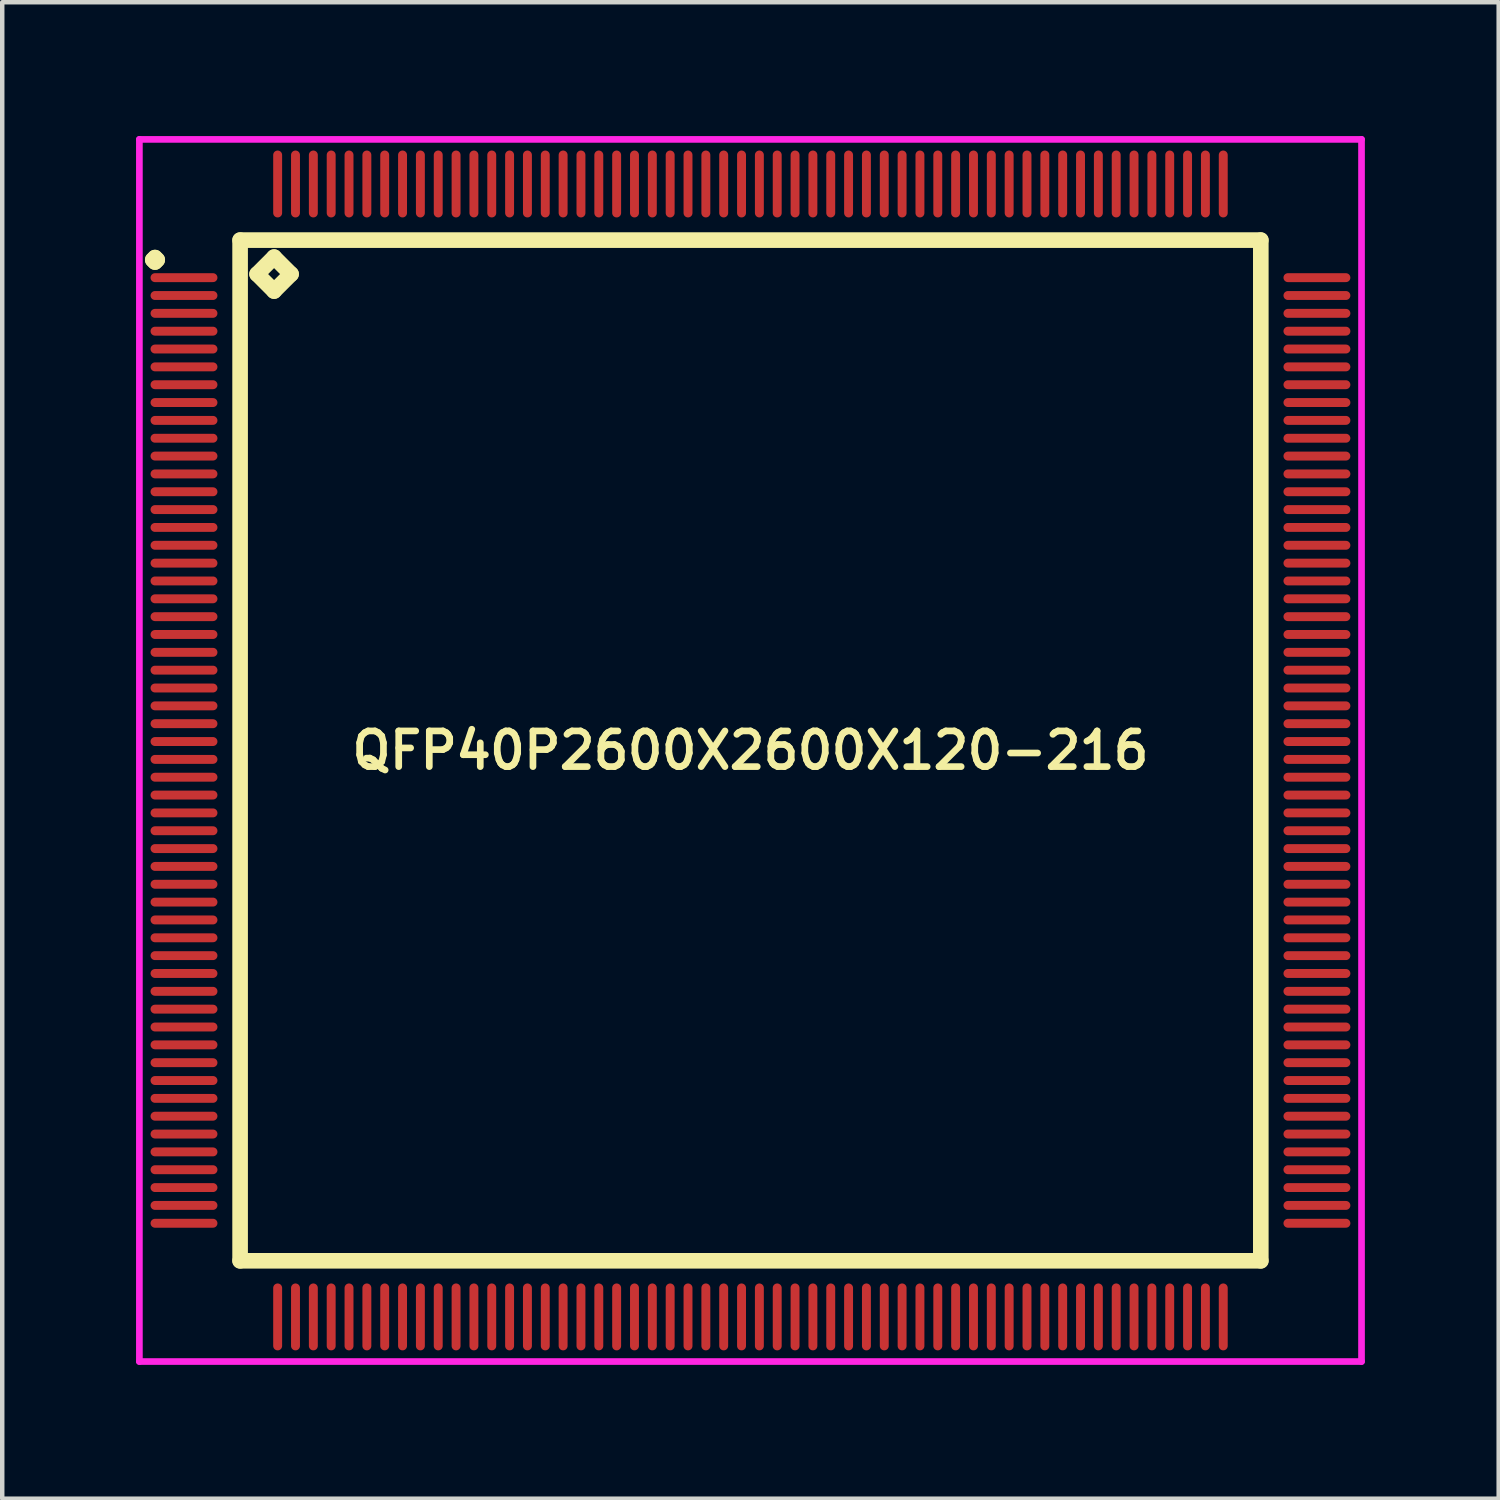
<source format=kicad_pcb>
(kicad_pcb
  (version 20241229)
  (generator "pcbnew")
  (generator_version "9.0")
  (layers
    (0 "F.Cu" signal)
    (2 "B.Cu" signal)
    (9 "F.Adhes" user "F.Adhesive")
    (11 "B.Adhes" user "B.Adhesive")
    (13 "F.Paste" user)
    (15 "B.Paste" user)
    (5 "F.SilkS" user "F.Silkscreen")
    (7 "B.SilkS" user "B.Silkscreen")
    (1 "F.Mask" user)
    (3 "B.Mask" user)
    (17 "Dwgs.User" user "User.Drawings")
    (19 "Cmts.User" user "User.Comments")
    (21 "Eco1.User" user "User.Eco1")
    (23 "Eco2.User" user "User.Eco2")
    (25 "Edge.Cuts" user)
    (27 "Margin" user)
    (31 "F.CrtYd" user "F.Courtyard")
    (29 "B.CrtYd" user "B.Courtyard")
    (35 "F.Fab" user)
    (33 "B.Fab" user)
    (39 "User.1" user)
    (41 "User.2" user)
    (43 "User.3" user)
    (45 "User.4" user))
  (footprint "QFP40P2600X2600X120-216"
    (layer "F.Cu")
    (at 13.775 13.775)
    (property "Reference" "QFP40P2600X2600X120-216" (at 0 0 0) (layer "F.SilkS") (effects (font (size 0.8 0.8) (thickness 0.15))))
    (attr through_hole)
    (fp_line (start -13.4 -11) (end -13.35 -11.05) (stroke (width 0.35) (type solid)) (layer "F.SilkS"))
    (fp_line (start -13.35 -11.05) (end -13.3 -11) (stroke (width 0.35) (type solid)) (layer "F.SilkS"))
    (fp_line (start -13.35 -10.95) (end -13.4 -11) (stroke (width 0.35) (type solid)) (layer "F.SilkS"))
    (fp_line (start -13.3 -11) (end -13.35 -10.95) (stroke (width 0.35) (type solid)) (layer "F.SilkS"))
    (fp_line (start -11.442 -11.442) (end -11.442 11.442) (stroke (width 0.35) (type solid)) (layer "F.SilkS"))
    (fp_line (start -11.442 11.442) (end 11.442 11.442) (stroke (width 0.35) (type solid)) (layer "F.SilkS"))
    (fp_line (start -11.061 -10.68) (end -10.68 -11.061) (stroke (width 0.35) (type solid)) (layer "F.SilkS"))
    (fp_line (start -10.68 -11.061) (end -10.299 -10.68) (stroke (width 0.35) (type solid)) (layer "F.SilkS"))
    (fp_line (start -10.68 -10.299) (end -11.061 -10.68) (stroke (width 0.35) (type solid)) (layer "F.SilkS"))
    (fp_line (start -10.299 -10.68) (end -10.68 -10.299) (stroke (width 0.35) (type solid)) (layer "F.SilkS"))
    (fp_line (start 11.442 -11.442) (end -11.442 -11.442) (stroke (width 0.35) (type solid)) (layer "F.SilkS"))
    (fp_line (start 11.442 11.442) (end 11.442 -11.442) (stroke (width 0.35) (type solid)) (layer "F.SilkS"))
    (fp_line (start -13.7 -13.7) (end 13.7 -13.7) (stroke (width 0.15) (type solid)) (layer "F.CrtYd"))
    (fp_line (start -13.7 13.7) (end -13.7 -13.7) (stroke (width 0.15) (type solid)) (layer "F.CrtYd"))
    (fp_line (start 13.7 -13.7) (end 13.7 13.7) (stroke (width 0.15) (type solid)) (layer "F.CrtYd"))
    (fp_line (start 13.7 13.7) (end -13.7 13.7) (stroke (width 0.15) (type solid)) (layer "F.CrtYd"))
    (pad "1" smd oval (at -12.7 -10.6) (size 1.5 0.2) (layers "F.Cu" "F.Mask" "F.Paste"))
    (pad "2" smd oval (at -12.7 -10.2) (size 1.5 0.2) (layers "F.Cu" "F.Mask" "F.Paste"))
    (pad "3" smd oval (at -12.7 -9.8) (size 1.5 0.2) (layers "F.Cu" "F.Mask" "F.Paste"))
    (pad "4" smd oval (at -12.7 -9.4) (size 1.5 0.2) (layers "F.Cu" "F.Mask" "F.Paste"))
    (pad "5" smd oval (at -12.7 -9) (size 1.5 0.2) (layers "F.Cu" "F.Mask" "F.Paste"))
    (pad "6" smd oval (at -12.7 -8.6) (size 1.5 0.2) (layers "F.Cu" "F.Mask" "F.Paste"))
    (pad "7" smd oval (at -12.7 -8.2) (size 1.5 0.2) (layers "F.Cu" "F.Mask" "F.Paste"))
    (pad "8" smd oval (at -12.7 -7.8) (size 1.5 0.2) (layers "F.Cu" "F.Mask" "F.Paste"))
    (pad "9" smd oval (at -12.7 -7.4) (size 1.5 0.2) (layers "F.Cu" "F.Mask" "F.Paste"))
    (pad "10" smd oval (at -12.7 -7) (size 1.5 0.2) (layers "F.Cu" "F.Mask" "F.Paste"))
    (pad "11" smd oval (at -12.7 -6.6) (size 1.5 0.2) (layers "F.Cu" "F.Mask" "F.Paste"))
    (pad "12" smd oval (at -12.7 -6.2) (size 1.5 0.2) (layers "F.Cu" "F.Mask" "F.Paste"))
    (pad "13" smd oval (at -12.7 -5.8) (size 1.5 0.2) (layers "F.Cu" "F.Mask" "F.Paste"))
    (pad "14" smd oval (at -12.7 -5.4) (size 1.5 0.2) (layers "F.Cu" "F.Mask" "F.Paste"))
    (pad "15" smd oval (at -12.7 -5) (size 1.5 0.2) (layers "F.Cu" "F.Mask" "F.Paste"))
    (pad "16" smd oval (at -12.7 -4.6) (size 1.5 0.2) (layers "F.Cu" "F.Mask" "F.Paste"))
    (pad "17" smd oval (at -12.7 -4.2) (size 1.5 0.2) (layers "F.Cu" "F.Mask" "F.Paste"))
    (pad "18" smd oval (at -12.7 -3.8) (size 1.5 0.2) (layers "F.Cu" "F.Mask" "F.Paste"))
    (pad "19" smd oval (at -12.7 -3.4) (size 1.5 0.2) (layers "F.Cu" "F.Mask" "F.Paste"))
    (pad "20" smd oval (at -12.7 -3) (size 1.5 0.2) (layers "F.Cu" "F.Mask" "F.Paste"))
    (pad "21" smd oval (at -12.7 -2.6) (size 1.5 0.2) (layers "F.Cu" "F.Mask" "F.Paste"))
    (pad "22" smd oval (at -12.7 -2.2) (size 1.5 0.2) (layers "F.Cu" "F.Mask" "F.Paste"))
    (pad "23" smd oval (at -12.7 -1.8) (size 1.5 0.2) (layers "F.Cu" "F.Mask" "F.Paste"))
    (pad "24" smd oval (at -12.7 -1.4) (size 1.5 0.2) (layers "F.Cu" "F.Mask" "F.Paste"))
    (pad "25" smd oval (at -12.7 -1) (size 1.5 0.2) (layers "F.Cu" "F.Mask" "F.Paste"))
    (pad "26" smd oval (at -12.7 -0.6) (size 1.5 0.2) (layers "F.Cu" "F.Mask" "F.Paste"))
    (pad "27" smd oval (at -12.7 -0.2) (size 1.5 0.2) (layers "F.Cu" "F.Mask" "F.Paste"))
    (pad "28" smd oval (at -12.7 0.2) (size 1.5 0.2) (layers "F.Cu" "F.Mask" "F.Paste"))
    (pad "29" smd oval (at -12.7 0.6) (size 1.5 0.2) (layers "F.Cu" "F.Mask" "F.Paste"))
    (pad "30" smd oval (at -12.7 1) (size 1.5 0.2) (layers "F.Cu" "F.Mask" "F.Paste"))
    (pad "31" smd oval (at -12.7 1.4) (size 1.5 0.2) (layers "F.Cu" "F.Mask" "F.Paste"))
    (pad "32" smd oval (at -12.7 1.8) (size 1.5 0.2) (layers "F.Cu" "F.Mask" "F.Paste"))
    (pad "33" smd oval (at -12.7 2.2) (size 1.5 0.2) (layers "F.Cu" "F.Mask" "F.Paste"))
    (pad "34" smd oval (at -12.7 2.6) (size 1.5 0.2) (layers "F.Cu" "F.Mask" "F.Paste"))
    (pad "35" smd oval (at -12.7 3) (size 1.5 0.2) (layers "F.Cu" "F.Mask" "F.Paste"))
    (pad "36" smd oval (at -12.7 3.4) (size 1.5 0.2) (layers "F.Cu" "F.Mask" "F.Paste"))
    (pad "37" smd oval (at -12.7 3.8) (size 1.5 0.2) (layers "F.Cu" "F.Mask" "F.Paste"))
    (pad "38" smd oval (at -12.7 4.2) (size 1.5 0.2) (layers "F.Cu" "F.Mask" "F.Paste"))
    (pad "39" smd oval (at -12.7 4.6) (size 1.5 0.2) (layers "F.Cu" "F.Mask" "F.Paste"))
    (pad "40" smd oval (at -12.7 5) (size 1.5 0.2) (layers "F.Cu" "F.Mask" "F.Paste"))
    (pad "41" smd oval (at -12.7 5.4) (size 1.5 0.2) (layers "F.Cu" "F.Mask" "F.Paste"))
    (pad "42" smd oval (at -12.7 5.8) (size 1.5 0.2) (layers "F.Cu" "F.Mask" "F.Paste"))
    (pad "43" smd oval (at -12.7 6.2) (size 1.5 0.2) (layers "F.Cu" "F.Mask" "F.Paste"))
    (pad "44" smd oval (at -12.7 6.6) (size 1.5 0.2) (layers "F.Cu" "F.Mask" "F.Paste"))
    (pad "45" smd oval (at -12.7 7) (size 1.5 0.2) (layers "F.Cu" "F.Mask" "F.Paste"))
    (pad "46" smd oval (at -12.7 7.4) (size 1.5 0.2) (layers "F.Cu" "F.Mask" "F.Paste"))
    (pad "47" smd oval (at -12.7 7.8) (size 1.5 0.2) (layers "F.Cu" "F.Mask" "F.Paste"))
    (pad "48" smd oval (at -12.7 8.2) (size 1.5 0.2) (layers "F.Cu" "F.Mask" "F.Paste"))
    (pad "49" smd oval (at -12.7 8.6) (size 1.5 0.2) (layers "F.Cu" "F.Mask" "F.Paste"))
    (pad "50" smd oval (at -12.7 9) (size 1.5 0.2) (layers "F.Cu" "F.Mask" "F.Paste"))
    (pad "51" smd oval (at -12.7 9.4) (size 1.5 0.2) (layers "F.Cu" "F.Mask" "F.Paste"))
    (pad "52" smd oval (at -12.7 9.8) (size 1.5 0.2) (layers "F.Cu" "F.Mask" "F.Paste"))
    (pad "53" smd oval (at -12.7 10.2) (size 1.5 0.2) (layers "F.Cu" "F.Mask" "F.Paste"))
    (pad "54" smd oval (at -12.7 10.6) (size 1.5 0.2) (layers "F.Cu" "F.Mask" "F.Paste"))
    (pad "55" smd oval (at -10.6 12.7) (size 0.2 1.5) (layers "F.Cu" "F.Mask" "F.Paste"))
    (pad "56" smd oval (at -10.2 12.7) (size 0.2 1.5) (layers "F.Cu" "F.Mask" "F.Paste"))
    (pad "57" smd oval (at -9.8 12.7) (size 0.2 1.5) (layers "F.Cu" "F.Mask" "F.Paste"))
    (pad "58" smd oval (at -9.4 12.7) (size 0.2 1.5) (layers "F.Cu" "F.Mask" "F.Paste"))
    (pad "59" smd oval (at -9 12.7) (size 0.2 1.5) (layers "F.Cu" "F.Mask" "F.Paste"))
    (pad "60" smd oval (at -8.6 12.7) (size 0.2 1.5) (layers "F.Cu" "F.Mask" "F.Paste"))
    (pad "61" smd oval (at -8.2 12.7) (size 0.2 1.5) (layers "F.Cu" "F.Mask" "F.Paste"))
    (pad "62" smd oval (at -7.8 12.7) (size 0.2 1.5) (layers "F.Cu" "F.Mask" "F.Paste"))
    (pad "63" smd oval (at -7.4 12.7) (size 0.2 1.5) (layers "F.Cu" "F.Mask" "F.Paste"))
    (pad "64" smd oval (at -7 12.7) (size 0.2 1.5) (layers "F.Cu" "F.Mask" "F.Paste"))
    (pad "65" smd oval (at -6.6 12.7) (size 0.2 1.5) (layers "F.Cu" "F.Mask" "F.Paste"))
    (pad "66" smd oval (at -6.2 12.7) (size 0.2 1.5) (layers "F.Cu" "F.Mask" "F.Paste"))
    (pad "67" smd oval (at -5.8 12.7) (size 0.2 1.5) (layers "F.Cu" "F.Mask" "F.Paste"))
    (pad "68" smd oval (at -5.4 12.7) (size 0.2 1.5) (layers "F.Cu" "F.Mask" "F.Paste"))
    (pad "69" smd oval (at -5 12.7) (size 0.2 1.5) (layers "F.Cu" "F.Mask" "F.Paste"))
    (pad "70" smd oval (at -4.6 12.7) (size 0.2 1.5) (layers "F.Cu" "F.Mask" "F.Paste"))
    (pad "71" smd oval (at -4.2 12.7) (size 0.2 1.5) (layers "F.Cu" "F.Mask" "F.Paste"))
    (pad "72" smd oval (at -3.8 12.7) (size 0.2 1.5) (layers "F.Cu" "F.Mask" "F.Paste"))
    (pad "73" smd oval (at -3.4 12.7) (size 0.2 1.5) (layers "F.Cu" "F.Mask" "F.Paste"))
    (pad "74" smd oval (at -3 12.7) (size 0.2 1.5) (layers "F.Cu" "F.Mask" "F.Paste"))
    (pad "75" smd oval (at -2.6 12.7) (size 0.2 1.5) (layers "F.Cu" "F.Mask" "F.Paste"))
    (pad "76" smd oval (at -2.2 12.7) (size 0.2 1.5) (layers "F.Cu" "F.Mask" "F.Paste"))
    (pad "77" smd oval (at -1.8 12.7) (size 0.2 1.5) (layers "F.Cu" "F.Mask" "F.Paste"))
    (pad "78" smd oval (at -1.4 12.7) (size 0.2 1.5) (layers "F.Cu" "F.Mask" "F.Paste"))
    (pad "79" smd oval (at -1 12.7) (size 0.2 1.5) (layers "F.Cu" "F.Mask" "F.Paste"))
    (pad "80" smd oval (at -0.6 12.7) (size 0.2 1.5) (layers "F.Cu" "F.Mask" "F.Paste"))
    (pad "81" smd oval (at -0.2 12.7) (size 0.2 1.5) (layers "F.Cu" "F.Mask" "F.Paste"))
    (pad "82" smd oval (at 0.2 12.7) (size 0.2 1.5) (layers "F.Cu" "F.Mask" "F.Paste"))
    (pad "83" smd oval (at 0.6 12.7) (size 0.2 1.5) (layers "F.Cu" "F.Mask" "F.Paste"))
    (pad "84" smd oval (at 1 12.7) (size 0.2 1.5) (layers "F.Cu" "F.Mask" "F.Paste"))
    (pad "85" smd oval (at 1.4 12.7) (size 0.2 1.5) (layers "F.Cu" "F.Mask" "F.Paste"))
    (pad "86" smd oval (at 1.8 12.7) (size 0.2 1.5) (layers "F.Cu" "F.Mask" "F.Paste"))
    (pad "87" smd oval (at 2.2 12.7) (size 0.2 1.5) (layers "F.Cu" "F.Mask" "F.Paste"))
    (pad "88" smd oval (at 2.6 12.7) (size 0.2 1.5) (layers "F.Cu" "F.Mask" "F.Paste"))
    (pad "89" smd oval (at 3 12.7) (size 0.2 1.5) (layers "F.Cu" "F.Mask" "F.Paste"))
    (pad "90" smd oval (at 3.4 12.7) (size 0.2 1.5) (layers "F.Cu" "F.Mask" "F.Paste"))
    (pad "91" smd oval (at 3.8 12.7) (size 0.2 1.5) (layers "F.Cu" "F.Mask" "F.Paste"))
    (pad "92" smd oval (at 4.2 12.7) (size 0.2 1.5) (layers "F.Cu" "F.Mask" "F.Paste"))
    (pad "93" smd oval (at 4.6 12.7) (size 0.2 1.5) (layers "F.Cu" "F.Mask" "F.Paste"))
    (pad "94" smd oval (at 5 12.7) (size 0.2 1.5) (layers "F.Cu" "F.Mask" "F.Paste"))
    (pad "95" smd oval (at 5.4 12.7) (size 0.2 1.5) (layers "F.Cu" "F.Mask" "F.Paste"))
    (pad "96" smd oval (at 5.8 12.7) (size 0.2 1.5) (layers "F.Cu" "F.Mask" "F.Paste"))
    (pad "97" smd oval (at 6.2 12.7) (size 0.2 1.5) (layers "F.Cu" "F.Mask" "F.Paste"))
    (pad "98" smd oval (at 6.6 12.7) (size 0.2 1.5) (layers "F.Cu" "F.Mask" "F.Paste"))
    (pad "99" smd oval (at 7 12.7) (size 0.2 1.5) (layers "F.Cu" "F.Mask" "F.Paste"))
    (pad "100" smd oval (at 7.4 12.7) (size 0.2 1.5) (layers "F.Cu" "F.Mask" "F.Paste"))
    (pad "101" smd oval (at 7.8 12.7) (size 0.2 1.5) (layers "F.Cu" "F.Mask" "F.Paste"))
    (pad "102" smd oval (at 8.2 12.7) (size 0.2 1.5) (layers "F.Cu" "F.Mask" "F.Paste"))
    (pad "103" smd oval (at 8.6 12.7) (size 0.2 1.5) (layers "F.Cu" "F.Mask" "F.Paste"))
    (pad "104" smd oval (at 9 12.7) (size 0.2 1.5) (layers "F.Cu" "F.Mask" "F.Paste"))
    (pad "105" smd oval (at 9.4 12.7) (size 0.2 1.5) (layers "F.Cu" "F.Mask" "F.Paste"))
    (pad "106" smd oval (at 9.8 12.7) (size 0.2 1.5) (layers "F.Cu" "F.Mask" "F.Paste"))
    (pad "107" smd oval (at 10.2 12.7) (size 0.2 1.5) (layers "F.Cu" "F.Mask" "F.Paste"))
    (pad "108" smd oval (at 10.6 12.7) (size 0.2 1.5) (layers "F.Cu" "F.Mask" "F.Paste"))
    (pad "109" smd oval (at 12.7 10.6) (size 1.5 0.2) (layers "F.Cu" "F.Mask" "F.Paste"))
    (pad "110" smd oval (at 12.7 10.2) (size 1.5 0.2) (layers "F.Cu" "F.Mask" "F.Paste"))
    (pad "111" smd oval (at 12.7 9.8) (size 1.5 0.2) (layers "F.Cu" "F.Mask" "F.Paste"))
    (pad "112" smd oval (at 12.7 9.4) (size 1.5 0.2) (layers "F.Cu" "F.Mask" "F.Paste"))
    (pad "113" smd oval (at 12.7 9) (size 1.5 0.2) (layers "F.Cu" "F.Mask" "F.Paste"))
    (pad "114" smd oval (at 12.7 8.6) (size 1.5 0.2) (layers "F.Cu" "F.Mask" "F.Paste"))
    (pad "115" smd oval (at 12.7 8.2) (size 1.5 0.2) (layers "F.Cu" "F.Mask" "F.Paste"))
    (pad "116" smd oval (at 12.7 7.8) (size 1.5 0.2) (layers "F.Cu" "F.Mask" "F.Paste"))
    (pad "117" smd oval (at 12.7 7.4) (size 1.5 0.2) (layers "F.Cu" "F.Mask" "F.Paste"))
    (pad "118" smd oval (at 12.7 7) (size 1.5 0.2) (layers "F.Cu" "F.Mask" "F.Paste"))
    (pad "119" smd oval (at 12.7 6.6) (size 1.5 0.2) (layers "F.Cu" "F.Mask" "F.Paste"))
    (pad "120" smd oval (at 12.7 6.2) (size 1.5 0.2) (layers "F.Cu" "F.Mask" "F.Paste"))
    (pad "121" smd oval (at 12.7 5.8) (size 1.5 0.2) (layers "F.Cu" "F.Mask" "F.Paste"))
    (pad "122" smd oval (at 12.7 5.4) (size 1.5 0.2) (layers "F.Cu" "F.Mask" "F.Paste"))
    (pad "123" smd oval (at 12.7 5) (size 1.5 0.2) (layers "F.Cu" "F.Mask" "F.Paste"))
    (pad "124" smd oval (at 12.7 4.6) (size 1.5 0.2) (layers "F.Cu" "F.Mask" "F.Paste"))
    (pad "125" smd oval (at 12.7 4.2) (size 1.5 0.2) (layers "F.Cu" "F.Mask" "F.Paste"))
    (pad "126" smd oval (at 12.7 3.8) (size 1.5 0.2) (layers "F.Cu" "F.Mask" "F.Paste"))
    (pad "127" smd oval (at 12.7 3.4) (size 1.5 0.2) (layers "F.Cu" "F.Mask" "F.Paste"))
    (pad "128" smd oval (at 12.7 3) (size 1.5 0.2) (layers "F.Cu" "F.Mask" "F.Paste"))
    (pad "129" smd oval (at 12.7 2.6) (size 1.5 0.2) (layers "F.Cu" "F.Mask" "F.Paste"))
    (pad "130" smd oval (at 12.7 2.2) (size 1.5 0.2) (layers "F.Cu" "F.Mask" "F.Paste"))
    (pad "131" smd oval (at 12.7 1.8) (size 1.5 0.2) (layers "F.Cu" "F.Mask" "F.Paste"))
    (pad "132" smd oval (at 12.7 1.4) (size 1.5 0.2) (layers "F.Cu" "F.Mask" "F.Paste"))
    (pad "133" smd oval (at 12.7 1) (size 1.5 0.2) (layers "F.Cu" "F.Mask" "F.Paste"))
    (pad "134" smd oval (at 12.7 0.6) (size 1.5 0.2) (layers "F.Cu" "F.Mask" "F.Paste"))
    (pad "135" smd oval (at 12.7 0.2) (size 1.5 0.2) (layers "F.Cu" "F.Mask" "F.Paste"))
    (pad "136" smd oval (at 12.7 -0.2) (size 1.5 0.2) (layers "F.Cu" "F.Mask" "F.Paste"))
    (pad "137" smd oval (at 12.7 -0.6) (size 1.5 0.2) (layers "F.Cu" "F.Mask" "F.Paste"))
    (pad "138" smd oval (at 12.7 -1) (size 1.5 0.2) (layers "F.Cu" "F.Mask" "F.Paste"))
    (pad "139" smd oval (at 12.7 -1.4) (size 1.5 0.2) (layers "F.Cu" "F.Mask" "F.Paste"))
    (pad "140" smd oval (at 12.7 -1.8) (size 1.5 0.2) (layers "F.Cu" "F.Mask" "F.Paste"))
    (pad "141" smd oval (at 12.7 -2.2) (size 1.5 0.2) (layers "F.Cu" "F.Mask" "F.Paste"))
    (pad "142" smd oval (at 12.7 -2.6) (size 1.5 0.2) (layers "F.Cu" "F.Mask" "F.Paste"))
    (pad "143" smd oval (at 12.7 -3) (size 1.5 0.2) (layers "F.Cu" "F.Mask" "F.Paste"))
    (pad "144" smd oval (at 12.7 -3.4) (size 1.5 0.2) (layers "F.Cu" "F.Mask" "F.Paste"))
    (pad "145" smd oval (at 12.7 -3.8) (size 1.5 0.2) (layers "F.Cu" "F.Mask" "F.Paste"))
    (pad "146" smd oval (at 12.7 -4.2) (size 1.5 0.2) (layers "F.Cu" "F.Mask" "F.Paste"))
    (pad "147" smd oval (at 12.7 -4.6) (size 1.5 0.2) (layers "F.Cu" "F.Mask" "F.Paste"))
    (pad "148" smd oval (at 12.7 -5) (size 1.5 0.2) (layers "F.Cu" "F.Mask" "F.Paste"))
    (pad "149" smd oval (at 12.7 -5.4) (size 1.5 0.2) (layers "F.Cu" "F.Mask" "F.Paste"))
    (pad "150" smd oval (at 12.7 -5.8) (size 1.5 0.2) (layers "F.Cu" "F.Mask" "F.Paste"))
    (pad "151" smd oval (at 12.7 -6.2) (size 1.5 0.2) (layers "F.Cu" "F.Mask" "F.Paste"))
    (pad "152" smd oval (at 12.7 -6.6) (size 1.5 0.2) (layers "F.Cu" "F.Mask" "F.Paste"))
    (pad "153" smd oval (at 12.7 -7) (size 1.5 0.2) (layers "F.Cu" "F.Mask" "F.Paste"))
    (pad "154" smd oval (at 12.7 -7.4) (size 1.5 0.2) (layers "F.Cu" "F.Mask" "F.Paste"))
    (pad "155" smd oval (at 12.7 -7.8) (size 1.5 0.2) (layers "F.Cu" "F.Mask" "F.Paste"))
    (pad "156" smd oval (at 12.7 -8.2) (size 1.5 0.2) (layers "F.Cu" "F.Mask" "F.Paste"))
    (pad "157" smd oval (at 12.7 -8.6) (size 1.5 0.2) (layers "F.Cu" "F.Mask" "F.Paste"))
    (pad "158" smd oval (at 12.7 -9) (size 1.5 0.2) (layers "F.Cu" "F.Mask" "F.Paste"))
    (pad "159" smd oval (at 12.7 -9.4) (size 1.5 0.2) (layers "F.Cu" "F.Mask" "F.Paste"))
    (pad "160" smd oval (at 12.7 -9.8) (size 1.5 0.2) (layers "F.Cu" "F.Mask" "F.Paste"))
    (pad "161" smd oval (at 12.7 -10.2) (size 1.5 0.2) (layers "F.Cu" "F.Mask" "F.Paste"))
    (pad "162" smd oval (at 12.7 -10.6) (size 1.5 0.2) (layers "F.Cu" "F.Mask" "F.Paste"))
    (pad "163" smd oval (at 10.6 -12.7) (size 0.2 1.5) (layers "F.Cu" "F.Mask" "F.Paste"))
    (pad "164" smd oval (at 10.2 -12.7) (size 0.2 1.5) (layers "F.Cu" "F.Mask" "F.Paste"))
    (pad "165" smd oval (at 9.8 -12.7) (size 0.2 1.5) (layers "F.Cu" "F.Mask" "F.Paste"))
    (pad "166" smd oval (at 9.4 -12.7) (size 0.2 1.5) (layers "F.Cu" "F.Mask" "F.Paste"))
    (pad "167" smd oval (at 9 -12.7) (size 0.2 1.5) (layers "F.Cu" "F.Mask" "F.Paste"))
    (pad "168" smd oval (at 8.6 -12.7) (size 0.2 1.5) (layers "F.Cu" "F.Mask" "F.Paste"))
    (pad "169" smd oval (at 8.2 -12.7) (size 0.2 1.5) (layers "F.Cu" "F.Mask" "F.Paste"))
    (pad "170" smd oval (at 7.8 -12.7) (size 0.2 1.5) (layers "F.Cu" "F.Mask" "F.Paste"))
    (pad "171" smd oval (at 7.4 -12.7) (size 0.2 1.5) (layers "F.Cu" "F.Mask" "F.Paste"))
    (pad "172" smd oval (at 7 -12.7) (size 0.2 1.5) (layers "F.Cu" "F.Mask" "F.Paste"))
    (pad "173" smd oval (at 6.6 -12.7) (size 0.2 1.5) (layers "F.Cu" "F.Mask" "F.Paste"))
    (pad "174" smd oval (at 6.2 -12.7) (size 0.2 1.5) (layers "F.Cu" "F.Mask" "F.Paste"))
    (pad "175" smd oval (at 5.8 -12.7) (size 0.2 1.5) (layers "F.Cu" "F.Mask" "F.Paste"))
    (pad "176" smd oval (at 5.4 -12.7) (size 0.2 1.5) (layers "F.Cu" "F.Mask" "F.Paste"))
    (pad "177" smd oval (at 5 -12.7) (size 0.2 1.5) (layers "F.Cu" "F.Mask" "F.Paste"))
    (pad "178" smd oval (at 4.6 -12.7) (size 0.2 1.5) (layers "F.Cu" "F.Mask" "F.Paste"))
    (pad "179" smd oval (at 4.2 -12.7) (size 0.2 1.5) (layers "F.Cu" "F.Mask" "F.Paste"))
    (pad "180" smd oval (at 3.8 -12.7) (size 0.2 1.5) (layers "F.Cu" "F.Mask" "F.Paste"))
    (pad "181" smd oval (at 3.4 -12.7) (size 0.2 1.5) (layers "F.Cu" "F.Mask" "F.Paste"))
    (pad "182" smd oval (at 3 -12.7) (size 0.2 1.5) (layers "F.Cu" "F.Mask" "F.Paste"))
    (pad "183" smd oval (at 2.6 -12.7) (size 0.2 1.5) (layers "F.Cu" "F.Mask" "F.Paste"))
    (pad "184" smd oval (at 2.2 -12.7) (size 0.2 1.5) (layers "F.Cu" "F.Mask" "F.Paste"))
    (pad "185" smd oval (at 1.8 -12.7) (size 0.2 1.5) (layers "F.Cu" "F.Mask" "F.Paste"))
    (pad "186" smd oval (at 1.4 -12.7) (size 0.2 1.5) (layers "F.Cu" "F.Mask" "F.Paste"))
    (pad "187" smd oval (at 1 -12.7) (size 0.2 1.5) (layers "F.Cu" "F.Mask" "F.Paste"))
    (pad "188" smd oval (at 0.6 -12.7) (size 0.2 1.5) (layers "F.Cu" "F.Mask" "F.Paste"))
    (pad "189" smd oval (at 0.2 -12.7) (size 0.2 1.5) (layers "F.Cu" "F.Mask" "F.Paste"))
    (pad "190" smd oval (at -0.2 -12.7) (size 0.2 1.5) (layers "F.Cu" "F.Mask" "F.Paste"))
    (pad "191" smd oval (at -0.6 -12.7) (size 0.2 1.5) (layers "F.Cu" "F.Mask" "F.Paste"))
    (pad "192" smd oval (at -1 -12.7) (size 0.2 1.5) (layers "F.Cu" "F.Mask" "F.Paste"))
    (pad "193" smd oval (at -1.4 -12.7) (size 0.2 1.5) (layers "F.Cu" "F.Mask" "F.Paste"))
    (pad "194" smd oval (at -1.8 -12.7) (size 0.2 1.5) (layers "F.Cu" "F.Mask" "F.Paste"))
    (pad "195" smd oval (at -2.2 -12.7) (size 0.2 1.5) (layers "F.Cu" "F.Mask" "F.Paste"))
    (pad "196" smd oval (at -2.6 -12.7) (size 0.2 1.5) (layers "F.Cu" "F.Mask" "F.Paste"))
    (pad "197" smd oval (at -3 -12.7) (size 0.2 1.5) (layers "F.Cu" "F.Mask" "F.Paste"))
    (pad "198" smd oval (at -3.4 -12.7) (size 0.2 1.5) (layers "F.Cu" "F.Mask" "F.Paste"))
    (pad "199" smd oval (at -3.8 -12.7) (size 0.2 1.5) (layers "F.Cu" "F.Mask" "F.Paste"))
    (pad "200" smd oval (at -4.2 -12.7) (size 0.2 1.5) (layers "F.Cu" "F.Mask" "F.Paste"))
    (pad "201" smd oval (at -4.6 -12.7) (size 0.2 1.5) (layers "F.Cu" "F.Mask" "F.Paste"))
    (pad "202" smd oval (at -5 -12.7) (size 0.2 1.5) (layers "F.Cu" "F.Mask" "F.Paste"))
    (pad "203" smd oval (at -5.4 -12.7) (size 0.2 1.5) (layers "F.Cu" "F.Mask" "F.Paste"))
    (pad "204" smd oval (at -5.8 -12.7) (size 0.2 1.5) (layers "F.Cu" "F.Mask" "F.Paste"))
    (pad "205" smd oval (at -6.2 -12.7) (size 0.2 1.5) (layers "F.Cu" "F.Mask" "F.Paste"))
    (pad "206" smd oval (at -6.6 -12.7) (size 0.2 1.5) (layers "F.Cu" "F.Mask" "F.Paste"))
    (pad "207" smd oval (at -7 -12.7) (size 0.2 1.5) (layers "F.Cu" "F.Mask" "F.Paste"))
    (pad "208" smd oval (at -7.4 -12.7) (size 0.2 1.5) (layers "F.Cu" "F.Mask" "F.Paste"))
    (pad "209" smd oval (at -7.8 -12.7) (size 0.2 1.5) (layers "F.Cu" "F.Mask" "F.Paste"))
    (pad "210" smd oval (at -8.2 -12.7) (size 0.2 1.5) (layers "F.Cu" "F.Mask" "F.Paste"))
    (pad "211" smd oval (at -8.6 -12.7) (size 0.2 1.5) (layers "F.Cu" "F.Mask" "F.Paste"))
    (pad "212" smd oval (at -9 -12.7) (size 0.2 1.5) (layers "F.Cu" "F.Mask" "F.Paste"))
    (pad "213" smd oval (at -9.4 -12.7) (size 0.2 1.5) (layers "F.Cu" "F.Mask" "F.Paste"))
    (pad "214" smd oval (at -9.8 -12.7) (size 0.2 1.5) (layers "F.Cu" "F.Mask" "F.Paste"))
    (pad "215" smd oval (at -10.2 -12.7) (size 0.2 1.5) (layers "F.Cu" "F.Mask" "F.Paste"))
    (pad "216" smd oval (at -10.6 -12.7) (size 0.2 1.5) (layers "F.Cu" "F.Mask" "F.Paste")))
  (gr_rect
    (start -3 -3)
    (end 30.55 30.55)
    (stroke (width 0.1) (type default))
    (fill no)
    (layer "Edge.Cuts")))
</source>
